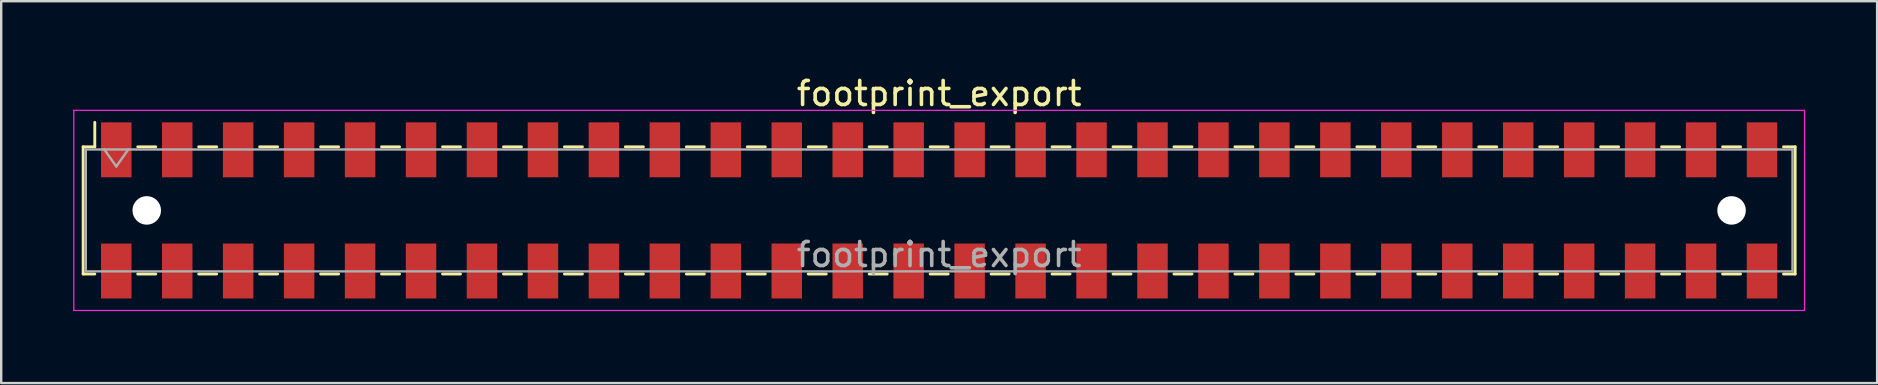
<source format=kicad_pcb>
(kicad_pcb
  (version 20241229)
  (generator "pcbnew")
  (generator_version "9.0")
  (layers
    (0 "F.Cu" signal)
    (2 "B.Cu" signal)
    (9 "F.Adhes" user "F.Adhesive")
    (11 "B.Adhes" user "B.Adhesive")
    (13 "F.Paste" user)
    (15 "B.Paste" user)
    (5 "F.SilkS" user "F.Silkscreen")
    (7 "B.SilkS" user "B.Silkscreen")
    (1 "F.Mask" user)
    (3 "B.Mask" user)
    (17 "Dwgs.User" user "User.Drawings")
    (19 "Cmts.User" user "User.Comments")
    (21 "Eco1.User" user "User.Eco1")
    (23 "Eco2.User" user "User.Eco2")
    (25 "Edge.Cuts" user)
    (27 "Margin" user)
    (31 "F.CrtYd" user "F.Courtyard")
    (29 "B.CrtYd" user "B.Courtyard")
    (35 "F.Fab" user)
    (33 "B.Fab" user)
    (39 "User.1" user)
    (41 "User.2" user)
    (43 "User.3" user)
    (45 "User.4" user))
  (footprint "footprint_export"
    (layer "F.Cu")
    (at 36.085 5.718)
    (property "Reference" "footprint_export" (at 0 -4.87 0) (layer "F.SilkS") (effects (font (size 1 1) (thickness 0.15))))
    (attr smd)
    (fp_line (start -35.67 -2.65) (end -35.67 2.65) (stroke (width 0.12) (type solid)) (layer "F.SilkS"))
    (fp_line (start -35.67 2.65) (end -35.185 2.65) (stroke (width 0.12) (type solid)) (layer "F.SilkS"))
    (fp_line (start -35.185 -3.67) (end -35.185 -2.65) (stroke (width 0.12) (type solid)) (layer "F.SilkS"))
    (fp_line (start -35.185 -2.65) (end -35.67 -2.65) (stroke (width 0.12) (type solid)) (layer "F.SilkS"))
    (fp_line (start -33.395 -2.65) (end -32.645 -2.65) (stroke (width 0.12) (type solid)) (layer "F.SilkS"))
    (fp_line (start -33.395 2.65) (end -32.645 2.65) (stroke (width 0.12) (type solid)) (layer "F.SilkS"))
    (fp_line (start -30.855 -2.65) (end -30.105 -2.65) (stroke (width 0.12) (type solid)) (layer "F.SilkS"))
    (fp_line (start -30.855 2.65) (end -30.105 2.65) (stroke (width 0.12) (type solid)) (layer "F.SilkS"))
    (fp_line (start -28.315 -2.65) (end -27.565 -2.65) (stroke (width 0.12) (type solid)) (layer "F.SilkS"))
    (fp_line (start -28.315 2.65) (end -27.565 2.65) (stroke (width 0.12) (type solid)) (layer "F.SilkS"))
    (fp_line (start -25.775 -2.65) (end -25.025 -2.65) (stroke (width 0.12) (type solid)) (layer "F.SilkS"))
    (fp_line (start -25.775 2.65) (end -25.025 2.65) (stroke (width 0.12) (type solid)) (layer "F.SilkS"))
    (fp_line (start -23.235 -2.65) (end -22.485 -2.65) (stroke (width 0.12) (type solid)) (layer "F.SilkS"))
    (fp_line (start -23.235 2.65) (end -22.485 2.65) (stroke (width 0.12) (type solid)) (layer "F.SilkS"))
    (fp_line (start -20.695 -2.65) (end -19.945 -2.65) (stroke (width 0.12) (type solid)) (layer "F.SilkS"))
    (fp_line (start -20.695 2.65) (end -19.945 2.65) (stroke (width 0.12) (type solid)) (layer "F.SilkS"))
    (fp_line (start -18.155 -2.65) (end -17.405 -2.65) (stroke (width 0.12) (type solid)) (layer "F.SilkS"))
    (fp_line (start -18.155 2.65) (end -17.405 2.65) (stroke (width 0.12) (type solid)) (layer "F.SilkS"))
    (fp_line (start -15.615 -2.65) (end -14.865 -2.65) (stroke (width 0.12) (type solid)) (layer "F.SilkS"))
    (fp_line (start -15.615 2.65) (end -14.865 2.65) (stroke (width 0.12) (type solid)) (layer "F.SilkS"))
    (fp_line (start -13.075 -2.65) (end -12.325 -2.65) (stroke (width 0.12) (type solid)) (layer "F.SilkS"))
    (fp_line (start -13.075 2.65) (end -12.325 2.65) (stroke (width 0.12) (type solid)) (layer "F.SilkS"))
    (fp_line (start -10.535 -2.65) (end -9.785 -2.65) (stroke (width 0.12) (type solid)) (layer "F.SilkS"))
    (fp_line (start -10.535 2.65) (end -9.785 2.65) (stroke (width 0.12) (type solid)) (layer "F.SilkS"))
    (fp_line (start -7.995 -2.65) (end -7.245 -2.65) (stroke (width 0.12) (type solid)) (layer "F.SilkS"))
    (fp_line (start -7.995 2.65) (end -7.245 2.65) (stroke (width 0.12) (type solid)) (layer "F.SilkS"))
    (fp_line (start -5.455 -2.65) (end -4.705 -2.65) (stroke (width 0.12) (type solid)) (layer "F.SilkS"))
    (fp_line (start -5.455 2.65) (end -4.705 2.65) (stroke (width 0.12) (type solid)) (layer "F.SilkS"))
    (fp_line (start -2.915 -2.65) (end -2.165 -2.65) (stroke (width 0.12) (type solid)) (layer "F.SilkS"))
    (fp_line (start -2.915 2.65) (end -2.165 2.65) (stroke (width 0.12) (type solid)) (layer "F.SilkS"))
    (fp_line (start -0.375 -2.65) (end 0.375 -2.65) (stroke (width 0.12) (type solid)) (layer "F.SilkS"))
    (fp_line (start -0.375 2.65) (end 0.375 2.65) (stroke (width 0.12) (type solid)) (layer "F.SilkS"))
    (fp_line (start 2.165 -2.65) (end 2.915 -2.65) (stroke (width 0.12) (type solid)) (layer "F.SilkS"))
    (fp_line (start 2.165 2.65) (end 2.915 2.65) (stroke (width 0.12) (type solid)) (layer "F.SilkS"))
    (fp_line (start 4.705 -2.65) (end 5.455 -2.65) (stroke (width 0.12) (type solid)) (layer "F.SilkS"))
    (fp_line (start 4.705 2.65) (end 5.455 2.65) (stroke (width 0.12) (type solid)) (layer "F.SilkS"))
    (fp_line (start 7.245 -2.65) (end 7.995 -2.65) (stroke (width 0.12) (type solid)) (layer "F.SilkS"))
    (fp_line (start 7.245 2.65) (end 7.995 2.65) (stroke (width 0.12) (type solid)) (layer "F.SilkS"))
    (fp_line (start 9.785 -2.65) (end 10.535 -2.65) (stroke (width 0.12) (type solid)) (layer "F.SilkS"))
    (fp_line (start 9.785 2.65) (end 10.535 2.65) (stroke (width 0.12) (type solid)) (layer "F.SilkS"))
    (fp_line (start 12.325 -2.65) (end 13.075 -2.65) (stroke (width 0.12) (type solid)) (layer "F.SilkS"))
    (fp_line (start 12.325 2.65) (end 13.075 2.65) (stroke (width 0.12) (type solid)) (layer "F.SilkS"))
    (fp_line (start 14.865 -2.65) (end 15.615 -2.65) (stroke (width 0.12) (type solid)) (layer "F.SilkS"))
    (fp_line (start 14.865 2.65) (end 15.615 2.65) (stroke (width 0.12) (type solid)) (layer "F.SilkS"))
    (fp_line (start 17.405 -2.65) (end 18.155 -2.65) (stroke (width 0.12) (type solid)) (layer "F.SilkS"))
    (fp_line (start 17.405 2.65) (end 18.155 2.65) (stroke (width 0.12) (type solid)) (layer "F.SilkS"))
    (fp_line (start 19.945 -2.65) (end 20.695 -2.65) (stroke (width 0.12) (type solid)) (layer "F.SilkS"))
    (fp_line (start 19.945 2.65) (end 20.695 2.65) (stroke (width 0.12) (type solid)) (layer "F.SilkS"))
    (fp_line (start 22.485 -2.65) (end 23.235 -2.65) (stroke (width 0.12) (type solid)) (layer "F.SilkS"))
    (fp_line (start 22.485 2.65) (end 23.235 2.65) (stroke (width 0.12) (type solid)) (layer "F.SilkS"))
    (fp_line (start 25.025 -2.65) (end 25.775 -2.65) (stroke (width 0.12) (type solid)) (layer "F.SilkS"))
    (fp_line (start 25.025 2.65) (end 25.775 2.65) (stroke (width 0.12) (type solid)) (layer "F.SilkS"))
    (fp_line (start 27.565 -2.65) (end 28.315 -2.65) (stroke (width 0.12) (type solid)) (layer "F.SilkS"))
    (fp_line (start 27.565 2.65) (end 28.315 2.65) (stroke (width 0.12) (type solid)) (layer "F.SilkS"))
    (fp_line (start 30.105 -2.65) (end 30.855 -2.65) (stroke (width 0.12) (type solid)) (layer "F.SilkS"))
    (fp_line (start 30.105 2.65) (end 30.855 2.65) (stroke (width 0.12) (type solid)) (layer "F.SilkS"))
    (fp_line (start 32.645 -2.65) (end 33.395 -2.65) (stroke (width 0.12) (type solid)) (layer "F.SilkS"))
    (fp_line (start 32.645 2.65) (end 33.395 2.65) (stroke (width 0.12) (type solid)) (layer "F.SilkS"))
    (fp_line (start 35.185 -2.65) (end 35.67 -2.65) (stroke (width 0.12) (type solid)) (layer "F.SilkS"))
    (fp_line (start 35.67 -2.65) (end 35.67 2.65) (stroke (width 0.12) (type solid)) (layer "F.SilkS"))
    (fp_line (start 35.67 2.65) (end 35.185 2.65) (stroke (width 0.12) (type solid)) (layer "F.SilkS"))
    (fp_line (start -36.06 -4.17) (end 36.06 -4.17) (stroke (width 0.05) (type solid)) (layer "F.CrtYd"))
    (fp_line (start -36.06 4.17) (end -36.06 -4.17) (stroke (width 0.05) (type solid)) (layer "F.CrtYd"))
    (fp_line (start 36.06 -4.17) (end 36.06 4.17) (stroke (width 0.05) (type solid)) (layer "F.CrtYd"))
    (fp_line (start 36.06 4.17) (end -36.06 4.17) (stroke (width 0.05) (type solid)) (layer "F.CrtYd"))
    (fp_line (start -35.56 -2.54) (end 35.56 -2.54) (stroke (width 0.1) (type solid)) (layer "F.Fab"))
    (fp_line (start -35.56 2.54) (end -35.56 -2.54) (stroke (width 0.1) (type solid)) (layer "F.Fab"))
    (fp_line (start -34.79 -2.54) (end -34.29 -1.833) (stroke (width 0.1) (type solid)) (layer "F.Fab"))
    (fp_line (start -34.29 -1.833) (end -33.79 -2.54) (stroke (width 0.1) (type solid)) (layer "F.Fab"))
    (fp_line (start 35.56 -2.54) (end 35.56 2.54) (stroke (width 0.1) (type solid)) (layer "F.Fab"))
    (fp_line (start 35.56 2.54) (end -35.56 2.54) (stroke (width 0.1) (type solid)) (layer "F.Fab"))
    (fp_text user "${REFERENCE}" (at 0 1.84 0) (layer "F.Fab") (effects (font (size 1 1) (thickness 0.15))))
    (pad "" np_thru_hole circle (at -33.02 0) (size 1.19 1.19) (drill 1.19) (layers "*.Cu" "*.Mask"))
    (pad "" np_thru_hole circle (at 33.02 0) (size 1.19 1.19) (drill 1.19) (layers "*.Cu" "*.Mask"))
    (pad "1" smd rect (at -34.29 -2.525) (size 1.27 2.29) (layers "F.Cu" "F.Mask" "F.Paste"))
    (pad "2" smd rect (at -34.29 2.525) (size 1.27 2.29) (layers "F.Cu" "F.Mask" "F.Paste"))
    (pad "3" smd rect (at -31.75 -2.525) (size 1.27 2.29) (layers "F.Cu" "F.Mask" "F.Paste"))
    (pad "4" smd rect (at -31.75 2.525) (size 1.27 2.29) (layers "F.Cu" "F.Mask" "F.Paste"))
    (pad "5" smd rect (at -29.21 -2.525) (size 1.27 2.29) (layers "F.Cu" "F.Mask" "F.Paste"))
    (pad "6" smd rect (at -29.21 2.525) (size 1.27 2.29) (layers "F.Cu" "F.Mask" "F.Paste"))
    (pad "7" smd rect (at -26.67 -2.525) (size 1.27 2.29) (layers "F.Cu" "F.Mask" "F.Paste"))
    (pad "8" smd rect (at -26.67 2.525) (size 1.27 2.29) (layers "F.Cu" "F.Mask" "F.Paste"))
    (pad "9" smd rect (at -24.13 -2.525) (size 1.27 2.29) (layers "F.Cu" "F.Mask" "F.Paste"))
    (pad "10" smd rect (at -24.13 2.525) (size 1.27 2.29) (layers "F.Cu" "F.Mask" "F.Paste"))
    (pad "11" smd rect (at -21.59 -2.525) (size 1.27 2.29) (layers "F.Cu" "F.Mask" "F.Paste"))
    (pad "12" smd rect (at -21.59 2.525) (size 1.27 2.29) (layers "F.Cu" "F.Mask" "F.Paste"))
    (pad "13" smd rect (at -19.05 -2.525) (size 1.27 2.29) (layers "F.Cu" "F.Mask" "F.Paste"))
    (pad "14" smd rect (at -19.05 2.525) (size 1.27 2.29) (layers "F.Cu" "F.Mask" "F.Paste"))
    (pad "15" smd rect (at -16.51 -2.525) (size 1.27 2.29) (layers "F.Cu" "F.Mask" "F.Paste"))
    (pad "16" smd rect (at -16.51 2.525) (size 1.27 2.29) (layers "F.Cu" "F.Mask" "F.Paste"))
    (pad "17" smd rect (at -13.97 -2.525) (size 1.27 2.29) (layers "F.Cu" "F.Mask" "F.Paste"))
    (pad "18" smd rect (at -13.97 2.525) (size 1.27 2.29) (layers "F.Cu" "F.Mask" "F.Paste"))
    (pad "19" smd rect (at -11.43 -2.525) (size 1.27 2.29) (layers "F.Cu" "F.Mask" "F.Paste"))
    (pad "20" smd rect (at -11.43 2.525) (size 1.27 2.29) (layers "F.Cu" "F.Mask" "F.Paste"))
    (pad "21" smd rect (at -8.89 -2.525) (size 1.27 2.29) (layers "F.Cu" "F.Mask" "F.Paste"))
    (pad "22" smd rect (at -8.89 2.525) (size 1.27 2.29) (layers "F.Cu" "F.Mask" "F.Paste"))
    (pad "23" smd rect (at -6.35 -2.525) (size 1.27 2.29) (layers "F.Cu" "F.Mask" "F.Paste"))
    (pad "24" smd rect (at -6.35 2.525) (size 1.27 2.29) (layers "F.Cu" "F.Mask" "F.Paste"))
    (pad "25" smd rect (at -3.81 -2.525) (size 1.27 2.29) (layers "F.Cu" "F.Mask" "F.Paste"))
    (pad "26" smd rect (at -3.81 2.525) (size 1.27 2.29) (layers "F.Cu" "F.Mask" "F.Paste"))
    (pad "27" smd rect (at -1.27 -2.525) (size 1.27 2.29) (layers "F.Cu" "F.Mask" "F.Paste"))
    (pad "28" smd rect (at -1.27 2.525) (size 1.27 2.29) (layers "F.Cu" "F.Mask" "F.Paste"))
    (pad "29" smd rect (at 1.27 -2.525) (size 1.27 2.29) (layers "F.Cu" "F.Mask" "F.Paste"))
    (pad "30" smd rect (at 1.27 2.525) (size 1.27 2.29) (layers "F.Cu" "F.Mask" "F.Paste"))
    (pad "31" smd rect (at 3.81 -2.525) (size 1.27 2.29) (layers "F.Cu" "F.Mask" "F.Paste"))
    (pad "32" smd rect (at 3.81 2.525) (size 1.27 2.29) (layers "F.Cu" "F.Mask" "F.Paste"))
    (pad "33" smd rect (at 6.35 -2.525) (size 1.27 2.29) (layers "F.Cu" "F.Mask" "F.Paste"))
    (pad "34" smd rect (at 6.35 2.525) (size 1.27 2.29) (layers "F.Cu" "F.Mask" "F.Paste"))
    (pad "35" smd rect (at 8.89 -2.525) (size 1.27 2.29) (layers "F.Cu" "F.Mask" "F.Paste"))
    (pad "36" smd rect (at 8.89 2.525) (size 1.27 2.29) (layers "F.Cu" "F.Mask" "F.Paste"))
    (pad "37" smd rect (at 11.43 -2.525) (size 1.27 2.29) (layers "F.Cu" "F.Mask" "F.Paste"))
    (pad "38" smd rect (at 11.43 2.525) (size 1.27 2.29) (layers "F.Cu" "F.Mask" "F.Paste"))
    (pad "39" smd rect (at 13.97 -2.525) (size 1.27 2.29) (layers "F.Cu" "F.Mask" "F.Paste"))
    (pad "40" smd rect (at 13.97 2.525) (size 1.27 2.29) (layers "F.Cu" "F.Mask" "F.Paste"))
    (pad "41" smd rect (at 16.51 -2.525) (size 1.27 2.29) (layers "F.Cu" "F.Mask" "F.Paste"))
    (pad "42" smd rect (at 16.51 2.525) (size 1.27 2.29) (layers "F.Cu" "F.Mask" "F.Paste"))
    (pad "43" smd rect (at 19.05 -2.525) (size 1.27 2.29) (layers "F.Cu" "F.Mask" "F.Paste"))
    (pad "44" smd rect (at 19.05 2.525) (size 1.27 2.29) (layers "F.Cu" "F.Mask" "F.Paste"))
    (pad "45" smd rect (at 21.59 -2.525) (size 1.27 2.29) (layers "F.Cu" "F.Mask" "F.Paste"))
    (pad "46" smd rect (at 21.59 2.525) (size 1.27 2.29) (layers "F.Cu" "F.Mask" "F.Paste"))
    (pad "47" smd rect (at 24.13 -2.525) (size 1.27 2.29) (layers "F.Cu" "F.Mask" "F.Paste"))
    (pad "48" smd rect (at 24.13 2.525) (size 1.27 2.29) (layers "F.Cu" "F.Mask" "F.Paste"))
    (pad "49" smd rect (at 26.67 -2.525) (size 1.27 2.29) (layers "F.Cu" "F.Mask" "F.Paste"))
    (pad "50" smd rect (at 26.67 2.525) (size 1.27 2.29) (layers "F.Cu" "F.Mask" "F.Paste"))
    (pad "51" smd rect (at 29.21 -2.525) (size 1.27 2.29) (layers "F.Cu" "F.Mask" "F.Paste"))
    (pad "52" smd rect (at 29.21 2.525) (size 1.27 2.29) (layers "F.Cu" "F.Mask" "F.Paste"))
    (pad "53" smd rect (at 31.75 -2.525) (size 1.27 2.29) (layers "F.Cu" "F.Mask" "F.Paste"))
    (pad "54" smd rect (at 31.75 2.525) (size 1.27 2.29) (layers "F.Cu" "F.Mask" "F.Paste"))
    (pad "55" smd rect (at 34.29 -2.525) (size 1.27 2.29) (layers "F.Cu" "F.Mask" "F.Paste"))
    (pad "56" smd rect (at 34.29 2.525) (size 1.27 2.29) (layers "F.Cu" "F.Mask" "F.Paste")))
  (gr_rect
    (start -3 -3)
    (end 75.17 12.913)
    (stroke (width 0.1) (type default))
    (fill no)
    (layer "Edge.Cuts")))
</source>
